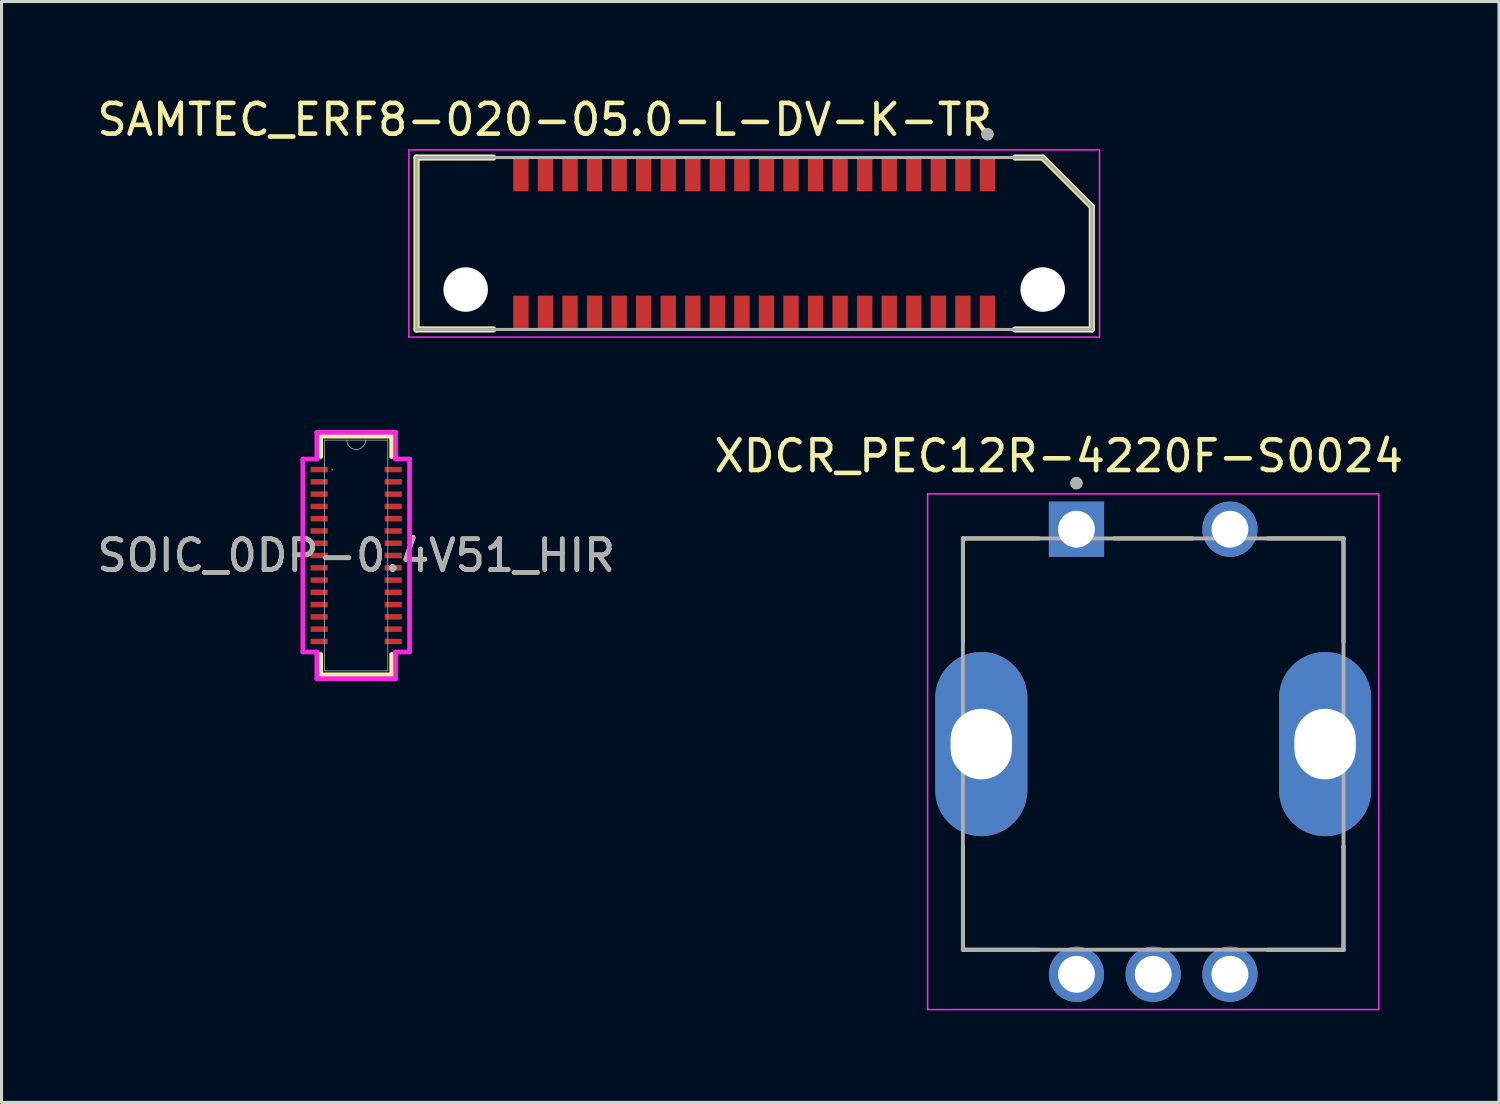
<source format=kicad_pcb>
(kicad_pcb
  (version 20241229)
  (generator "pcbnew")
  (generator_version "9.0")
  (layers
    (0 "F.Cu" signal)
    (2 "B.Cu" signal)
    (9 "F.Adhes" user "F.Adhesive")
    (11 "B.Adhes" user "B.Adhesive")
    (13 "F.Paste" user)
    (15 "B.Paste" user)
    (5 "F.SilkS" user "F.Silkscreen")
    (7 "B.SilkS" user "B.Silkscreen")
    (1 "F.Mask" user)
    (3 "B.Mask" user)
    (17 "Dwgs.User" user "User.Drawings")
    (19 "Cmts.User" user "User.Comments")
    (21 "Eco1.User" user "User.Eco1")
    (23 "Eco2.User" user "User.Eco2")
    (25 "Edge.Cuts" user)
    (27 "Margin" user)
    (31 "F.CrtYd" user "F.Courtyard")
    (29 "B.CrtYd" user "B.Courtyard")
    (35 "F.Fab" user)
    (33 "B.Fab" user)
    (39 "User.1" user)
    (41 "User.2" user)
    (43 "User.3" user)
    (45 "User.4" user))
  (footprint "XDCR_PEC12R-4220F-S0024"
    (layer "F.Cu")
    (at 34.521 21.192)
    (property "Reference" "XDCR_PEC12R-4220F-S0024" (at -3.075 -9.385 0) (layer "F.SilkS") (effects (font (size 1 1) (thickness 0.15))))
    (attr through_hole)
    (fp_line (start -6.2 -6.7) (end -3.72 -6.7) (stroke (width 0.127) (type solid)) (layer "F.SilkS"))
    (fp_line (start -6.2 -3.32) (end -6.2 -6.7) (stroke (width 0.127) (type solid)) (layer "F.SilkS"))
    (fp_line (start -6.2 6.7) (end -6.2 3.32) (stroke (width 0.127) (type solid)) (layer "F.SilkS"))
    (fp_line (start -3.72 6.7) (end -6.2 6.7) (stroke (width 0.127) (type solid)) (layer "F.SilkS"))
    (fp_line (start -1.28 -6.7) (end 1.28 -6.7) (stroke (width 0.127) (type solid)) (layer "F.SilkS"))
    (fp_line (start 3.72 -6.7) (end 6.2 -6.7) (stroke (width 0.127) (type solid)) (layer "F.SilkS"))
    (fp_line (start 6.2 -6.7) (end 6.2 -3.32) (stroke (width 0.127) (type solid)) (layer "F.SilkS"))
    (fp_line (start 6.2 6.7) (end 3.72 6.7) (stroke (width 0.127) (type solid)) (layer "F.SilkS"))
    (fp_line (start 6.2 6.7) (end 6.2 3.32) (stroke (width 0.127) (type solid)) (layer "F.SilkS"))
    (fp_circle (center -2.5 -8.5) (end -2.4 -8.5) (stroke (width 0.2) (type solid)) (fill no) (layer "F.SilkS"))
    (fp_line (start -7.35 -8.15) (end -7.35 8.65) (stroke (width 0.05) (type solid)) (layer "F.CrtYd"))
    (fp_line (start -7.35 8.65) (end 7.35 8.65) (stroke (width 0.05) (type solid)) (layer "F.CrtYd"))
    (fp_line (start 7.35 -8.15) (end -7.35 -8.15) (stroke (width 0.05) (type solid)) (layer "F.CrtYd"))
    (fp_line (start 7.35 8.65) (end 7.35 -8.15) (stroke (width 0.05) (type solid)) (layer "F.CrtYd"))
    (fp_line (start -6.2 -6.7) (end 6.2 -6.7) (stroke (width 0.127) (type solid)) (layer "F.Fab"))
    (fp_line (start -6.2 6.7) (end -6.2 -6.7) (stroke (width 0.127) (type solid)) (layer "F.Fab"))
    (fp_line (start 6.2 -6.7) (end 6.2 6.7) (stroke (width 0.127) (type solid)) (layer "F.Fab"))
    (fp_line (start 6.2 6.7) (end -6.2 6.7) (stroke (width 0.127) (type solid)) (layer "F.Fab"))
    (fp_circle (center -2.5 -8.5) (end -2.4 -8.5) (stroke (width 0.2) (type solid)) (fill no) (layer "F.Fab"))
    (pad "1" thru_hole rect (at -2.5 -7) (size 1.8 1.8) (drill 1.2) (layers "*.Cu" "*.Mask"))
    (pad "2" thru_hole circle (at 2.5 -7) (size 1.8 1.8) (drill 1.2) (layers "*.Cu" "*.Mask"))
    (pad "A" thru_hole circle (at -2.5 7.5) (size 1.8 1.8) (drill 1.2) (layers "*.Cu" "*.Mask"))
    (pad "B" thru_hole circle (at 2.5 7.5) (size 1.8 1.8) (drill 1.2) (layers "*.Cu" "*.Mask"))
    (pad "C" thru_hole circle (at 0 7.5) (size 1.8 1.8) (drill 1.2) (layers "*.Cu" "*.Mask"))
    (pad "SH1" thru_hole oval (at -5.6 0) (size 3 6) (drill oval 2 2.3) (layers "*.Cu" "*.Mask"))
    (pad "SH2" thru_hole oval (at 5.6 0) (size 3 6) (drill oval 2 2.3) (layers "*.Cu" "*.Mask")))
  (footprint "SAMTEC_ERF8-020-05.0-L-DV-K-TR"
    (layer "F.Cu")
    (at 21.521 4.883)
    (property "Reference" "SAMTEC_ERF8-020-05.0-L-DV-K-TR" (at -6.825 -4.035 0) (layer "F.SilkS") (effects (font (size 1 1) (thickness 0.15))))
    (attr smd)
    (fp_line (start -11 -2.8) (end -8.5 -2.8) (stroke (width 0.2) (type solid)) (layer "F.SilkS"))
    (fp_line (start -11 2.8) (end -11 -2.8) (stroke (width 0.2) (type solid)) (layer "F.SilkS"))
    (fp_line (start -11 2.8) (end -8.5 2.8) (stroke (width 0.2) (type solid)) (layer "F.SilkS"))
    (fp_line (start 9.4 -2.8) (end 8.5 -2.8) (stroke (width 0.2) (type solid)) (layer "F.SilkS"))
    (fp_line (start 11 -1.2) (end 9.4 -2.8) (stroke (width 0.2) (type solid)) (layer "F.SilkS"))
    (fp_line (start 11 2.8) (end 8.5 2.8) (stroke (width 0.2) (type solid)) (layer "F.SilkS"))
    (fp_line (start 11 2.8) (end 11 -1.2) (stroke (width 0.2) (type solid)) (layer "F.SilkS"))
    (fp_circle (center 7.6 -3.56) (end 7.7 -3.56) (stroke (width 0.2) (type solid)) (fill no) (layer "F.SilkS"))
    (fp_line (start -11.25 -3.05) (end 11.25 -3.05) (stroke (width 0.05) (type solid)) (layer "F.CrtYd"))
    (fp_line (start -11.25 3.05) (end -11.25 -3.05) (stroke (width 0.05) (type solid)) (layer "F.CrtYd"))
    (fp_line (start 11.25 -3.05) (end 11.25 3.05) (stroke (width 0.05) (type solid)) (layer "F.CrtYd"))
    (fp_line (start 11.25 3.05) (end -11.25 3.05) (stroke (width 0.05) (type solid)) (layer "F.CrtYd"))
    (fp_line (start -11 -2.8) (end 9.4 -2.8) (stroke (width 0.1) (type solid)) (layer "F.Fab"))
    (fp_line (start -11 2.8) (end -11 -2.8) (stroke (width 0.1) (type solid)) (layer "F.Fab"))
    (fp_line (start 11 -1.2) (end 9.4 -2.8) (stroke (width 0.1) (type solid)) (layer "F.Fab"))
    (fp_line (start 11 -1.2) (end 11 2.8) (stroke (width 0.1) (type solid)) (layer "F.Fab"))
    (fp_line (start 11 2.8) (end -11 2.8) (stroke (width 0.1) (type solid)) (layer "F.Fab"))
    (fp_circle (center 7.6 -3.56) (end 7.7 -3.56) (stroke (width 0.2) (type solid)) (fill no) (layer "F.Fab"))
    (pad "" np_thru_hole circle (at -9.4 1.5) (size 1.45 1.45) (drill 1.45) (layers "*.Cu" "*.Mask"))
    (pad "" np_thru_hole circle (at 9.4 1.5) (size 1.45 1.45) (drill 1.45) (layers "*.Cu" "*.Mask"))
    (pad "01" smd rect (at 7.6 -2.25) (size 0.5 1.1) (layers "F.Cu" "F.Mask" "F.Paste"))
    (pad "02" smd rect (at 7.6 2.25) (size 0.5 1.1) (layers "F.Cu" "F.Mask" "F.Paste"))
    (pad "03" smd rect (at 6.8 -2.25) (size 0.5 1.1) (layers "F.Cu" "F.Mask" "F.Paste"))
    (pad "04" smd rect (at 6.8 2.25) (size 0.5 1.1) (layers "F.Cu" "F.Mask" "F.Paste"))
    (pad "05" smd rect (at 6 -2.25) (size 0.5 1.1) (layers "F.Cu" "F.Mask" "F.Paste"))
    (pad "06" smd rect (at 6 2.25) (size 0.5 1.1) (layers "F.Cu" "F.Mask" "F.Paste"))
    (pad "07" smd rect (at 5.2 -2.25) (size 0.5 1.1) (layers "F.Cu" "F.Mask" "F.Paste"))
    (pad "08" smd rect (at 5.2 2.25) (size 0.5 1.1) (layers "F.Cu" "F.Mask" "F.Paste"))
    (pad "09" smd rect (at 4.4 -2.25) (size 0.5 1.1) (layers "F.Cu" "F.Mask" "F.Paste"))
    (pad "10" smd rect (at 4.4 2.25) (size 0.5 1.1) (layers "F.Cu" "F.Mask" "F.Paste"))
    (pad "11" smd rect (at 3.6 -2.25) (size 0.5 1.1) (layers "F.Cu" "F.Mask" "F.Paste"))
    (pad "12" smd rect (at 3.6 2.25) (size 0.5 1.1) (layers "F.Cu" "F.Mask" "F.Paste"))
    (pad "13" smd rect (at 2.8 -2.25) (size 0.5 1.1) (layers "F.Cu" "F.Mask" "F.Paste"))
    (pad "14" smd rect (at 2.8 2.25) (size 0.5 1.1) (layers "F.Cu" "F.Mask" "F.Paste"))
    (pad "15" smd rect (at 2 -2.25) (size 0.5 1.1) (layers "F.Cu" "F.Mask" "F.Paste"))
    (pad "16" smd rect (at 2 2.25) (size 0.5 1.1) (layers "F.Cu" "F.Mask" "F.Paste"))
    (pad "17" smd rect (at 1.2 -2.25) (size 0.5 1.1) (layers "F.Cu" "F.Mask" "F.Paste"))
    (pad "18" smd rect (at 1.2 2.25) (size 0.5 1.1) (layers "F.Cu" "F.Mask" "F.Paste"))
    (pad "19" smd rect (at 0.4 -2.25) (size 0.5 1.1) (layers "F.Cu" "F.Mask" "F.Paste"))
    (pad "20" smd rect (at 0.4 2.25) (size 0.5 1.1) (layers "F.Cu" "F.Mask" "F.Paste"))
    (pad "21" smd rect (at -0.4 -2.25) (size 0.5 1.1) (layers "F.Cu" "F.Mask" "F.Paste"))
    (pad "22" smd rect (at -0.4 2.25) (size 0.5 1.1) (layers "F.Cu" "F.Mask" "F.Paste"))
    (pad "23" smd rect (at -1.2 -2.25) (size 0.5 1.1) (layers "F.Cu" "F.Mask" "F.Paste"))
    (pad "24" smd rect (at -1.2 2.25) (size 0.5 1.1) (layers "F.Cu" "F.Mask" "F.Paste"))
    (pad "25" smd rect (at -2 -2.25) (size 0.5 1.1) (layers "F.Cu" "F.Mask" "F.Paste"))
    (pad "26" smd rect (at -2 2.25) (size 0.5 1.1) (layers "F.Cu" "F.Mask" "F.Paste"))
    (pad "27" smd rect (at -2.8 -2.25) (size 0.5 1.1) (layers "F.Cu" "F.Mask" "F.Paste"))
    (pad "28" smd rect (at -2.8 2.25) (size 0.5 1.1) (layers "F.Cu" "F.Mask" "F.Paste"))
    (pad "29" smd rect (at -3.6 -2.25) (size 0.5 1.1) (layers "F.Cu" "F.Mask" "F.Paste"))
    (pad "30" smd rect (at -3.6 2.25) (size 0.5 1.1) (layers "F.Cu" "F.Mask" "F.Paste"))
    (pad "31" smd rect (at -4.4 -2.25) (size 0.5 1.1) (layers "F.Cu" "F.Mask" "F.Paste"))
    (pad "32" smd rect (at -4.4 2.25) (size 0.5 1.1) (layers "F.Cu" "F.Mask" "F.Paste"))
    (pad "33" smd rect (at -5.2 -2.25) (size 0.5 1.1) (layers "F.Cu" "F.Mask" "F.Paste"))
    (pad "34" smd rect (at -5.2 2.25) (size 0.5 1.1) (layers "F.Cu" "F.Mask" "F.Paste"))
    (pad "35" smd rect (at -6 -2.25) (size 0.5 1.1) (layers "F.Cu" "F.Mask" "F.Paste"))
    (pad "36" smd rect (at -6 2.25) (size 0.5 1.1) (layers "F.Cu" "F.Mask" "F.Paste"))
    (pad "37" smd rect (at -6.8 -2.25) (size 0.5 1.1) (layers "F.Cu" "F.Mask" "F.Paste"))
    (pad "38" smd rect (at -6.8 2.25) (size 0.5 1.1) (layers "F.Cu" "F.Mask" "F.Paste"))
    (pad "39" smd rect (at -7.6 -2.25) (size 0.5 1.1) (layers "F.Cu" "F.Mask" "F.Paste"))
    (pad "40" smd rect (at -7.6 2.25) (size 0.5 1.1) (layers "F.Cu" "F.Mask" "F.Paste")))
  (footprint "SOIC_0DP-0.4V51_HIR"
    (layer "F.Cu")
    (at 8.554 15.048)
    (property "Reference" "SOIC_0DP-0.4V51_HIR" (at 0 0 0) (unlocked yes) (layer "F.SilkS") (effects (font (size 1 1) (thickness 0.15))))
    (attr smd)
    (fp_line (start -1.156 -3.886) (end -1.156 -3.222) (stroke (width 0.152) (type solid)) (layer "F.SilkS"))
    (fp_line (start -1.156 3.222) (end -1.156 3.886) (stroke (width 0.152) (type solid)) (layer "F.SilkS"))
    (fp_line (start -1.156 3.886) (end 1.156 3.886) (stroke (width 0.152) (type solid)) (layer "F.SilkS"))
    (fp_line (start 1.156 -3.886) (end -1.156 -3.886) (stroke (width 0.152) (type solid)) (layer "F.SilkS"))
    (fp_line (start 1.156 -3.222) (end 1.156 -3.886) (stroke (width 0.152) (type solid)) (layer "F.SilkS"))
    (fp_line (start 1.156 3.886) (end 1.156 3.222) (stroke (width 0.152) (type solid)) (layer "F.SilkS"))
    (fp_line (start -1.739 -3.143) (end -1.739 3.143) (stroke (width 0.152) (type solid)) (layer "F.CrtYd"))
    (fp_line (start -1.739 3.143) (end -1.283 3.143) (stroke (width 0.152) (type solid)) (layer "F.CrtYd"))
    (fp_line (start -1.283 -4.013) (end -1.283 -3.143) (stroke (width 0.152) (type solid)) (layer "F.CrtYd"))
    (fp_line (start -1.283 -3.143) (end -1.739 -3.143) (stroke (width 0.152) (type solid)) (layer "F.CrtYd"))
    (fp_line (start -1.283 3.143) (end -1.283 4.013) (stroke (width 0.152) (type solid)) (layer "F.CrtYd"))
    (fp_line (start -1.283 4.013) (end 1.283 4.013) (stroke (width 0.152) (type solid)) (layer "F.CrtYd"))
    (fp_line (start 1.283 -4.013) (end -1.283 -4.013) (stroke (width 0.152) (type solid)) (layer "F.CrtYd"))
    (fp_line (start 1.283 -3.143) (end 1.283 -4.013) (stroke (width 0.152) (type solid)) (layer "F.CrtYd"))
    (fp_line (start 1.283 3.143) (end 1.739 3.143) (stroke (width 0.152) (type solid)) (layer "F.CrtYd"))
    (fp_line (start 1.283 4.013) (end 1.283 3.143) (stroke (width 0.152) (type solid)) (layer "F.CrtYd"))
    (fp_line (start 1.739 -3.143) (end 1.283 -3.143) (stroke (width 0.152) (type solid)) (layer "F.CrtYd"))
    (fp_line (start 1.739 3.143) (end 1.739 -3.143) (stroke (width 0.152) (type solid)) (layer "F.CrtYd"))
    (fp_line (start -1.029 -3.759) (end -1.029 3.759) (stroke (width 0.025) (type solid)) (layer "F.Fab"))
    (fp_line (start -1.029 3.759) (end 1.029 3.759) (stroke (width 0.025) (type solid)) (layer "F.Fab"))
    (fp_line (start 1.029 -3.759) (end -1.029 -3.759) (stroke (width 0.025) (type solid)) (layer "F.Fab"))
    (fp_line (start 1.029 3.759) (end 1.029 -3.759) (stroke (width 0.025) (type solid)) (layer "F.Fab"))
    (fp_arc (start 0.3048 -3.7592) (mid 0 -3.4544) (end -0.3048 -3.7592) (stroke (width 0.0254) (type solid)) (layer "F.Fab"))
    (fp_circle (center -0.775 -2.8) (end -0.775 -2.8) (stroke (width 0.025) (type solid)) (fill no) (layer "F.Fab"))
    (fp_text user "${REFERENCE}" (at 0 0 0) (unlocked yes) (layer "F.Fab") (effects (font (size 1 1) (thickness 0.15))))
    (pad "1" smd rect (at -1.206 -2.8) (size 0.559 0.178) (layers "F.Cu" "F.Mask" "F.Paste"))
    (pad "2" smd rect (at -1.206 -2.4) (size 0.559 0.178) (layers "F.Cu" "F.Mask" "F.Paste"))
    (pad "3" smd rect (at -1.206 -2) (size 0.559 0.178) (layers "F.Cu" "F.Mask" "F.Paste"))
    (pad "4" smd rect (at -1.206 -1.6) (size 0.559 0.178) (layers "F.Cu" "F.Mask" "F.Paste"))
    (pad "5" smd rect (at -1.206 -1.2) (size 0.559 0.178) (layers "F.Cu" "F.Mask" "F.Paste"))
    (pad "6" smd rect (at -1.206 -0.8) (size 0.559 0.178) (layers "F.Cu" "F.Mask" "F.Paste"))
    (pad "7" smd rect (at -1.206 -0.4) (size 0.559 0.178) (layers "F.Cu" "F.Mask" "F.Paste"))
    (pad "8" smd rect (at -1.206 0) (size 0.559 0.178) (layers "F.Cu" "F.Mask" "F.Paste"))
    (pad "9" smd rect (at -1.206 0.4) (size 0.559 0.178) (layers "F.Cu" "F.Mask" "F.Paste"))
    (pad "10" smd rect (at -1.206 0.8) (size 0.559 0.178) (layers "F.Cu" "F.Mask" "F.Paste"))
    (pad "11" smd rect (at -1.206 1.2) (size 0.559 0.178) (layers "F.Cu" "F.Mask" "F.Paste"))
    (pad "12" smd rect (at -1.206 1.6) (size 0.559 0.178) (layers "F.Cu" "F.Mask" "F.Paste"))
    (pad "13" smd rect (at -1.206 2) (size 0.559 0.178) (layers "F.Cu" "F.Mask" "F.Paste"))
    (pad "14" smd rect (at -1.206 2.4) (size 0.559 0.178) (layers "F.Cu" "F.Mask" "F.Paste"))
    (pad "15" smd rect (at -1.206 2.8) (size 0.559 0.178) (layers "F.Cu" "F.Mask" "F.Paste"))
    (pad "16" smd rect (at 1.206 2.8) (size 0.559 0.178) (layers "F.Cu" "F.Mask" "F.Paste"))
    (pad "17" smd rect (at 1.206 2.4) (size 0.559 0.178) (layers "F.Cu" "F.Mask" "F.Paste"))
    (pad "18" smd rect (at 1.206 2) (size 0.559 0.178) (layers "F.Cu" "F.Mask" "F.Paste"))
    (pad "19" smd rect (at 1.206 1.6) (size 0.559 0.178) (layers "F.Cu" "F.Mask" "F.Paste"))
    (pad "20" smd rect (at 1.206 1.2) (size 0.559 0.178) (layers "F.Cu" "F.Mask" "F.Paste"))
    (pad "21" smd rect (at 1.206 0.8) (size 0.559 0.178) (layers "F.Cu" "F.Mask" "F.Paste"))
    (pad "22" smd rect (at 1.206 0.4) (size 0.559 0.178) (layers "F.Cu" "F.Mask" "F.Paste"))
    (pad "23" smd rect (at 1.206 0) (size 0.559 0.178) (layers "F.Cu" "F.Mask" "F.Paste"))
    (pad "24" smd rect (at 1.206 -0.4) (size 0.559 0.178) (layers "F.Cu" "F.Mask" "F.Paste"))
    (pad "25" smd rect (at 1.206 -0.8) (size 0.559 0.178) (layers "F.Cu" "F.Mask" "F.Paste"))
    (pad "26" smd rect (at 1.206 -1.2) (size 0.559 0.178) (layers "F.Cu" "F.Mask" "F.Paste"))
    (pad "27" smd rect (at 1.206 -1.6) (size 0.559 0.178) (layers "F.Cu" "F.Mask" "F.Paste"))
    (pad "28" smd rect (at 1.206 -2) (size 0.559 0.178) (layers "F.Cu" "F.Mask" "F.Paste"))
    (pad "29" smd rect (at 1.206 -2.4) (size 0.559 0.178) (layers "F.Cu" "F.Mask" "F.Paste"))
    (pad "30" smd rect (at 1.206 -2.8) (size 0.559 0.178) (layers "F.Cu" "F.Mask" "F.Paste")))
  (gr_rect
    (start -3 -3)
    (end 45.786 32.867)
    (stroke (width 0.1) (type default))
    (fill no)
    (layer "Edge.Cuts")))
</source>
